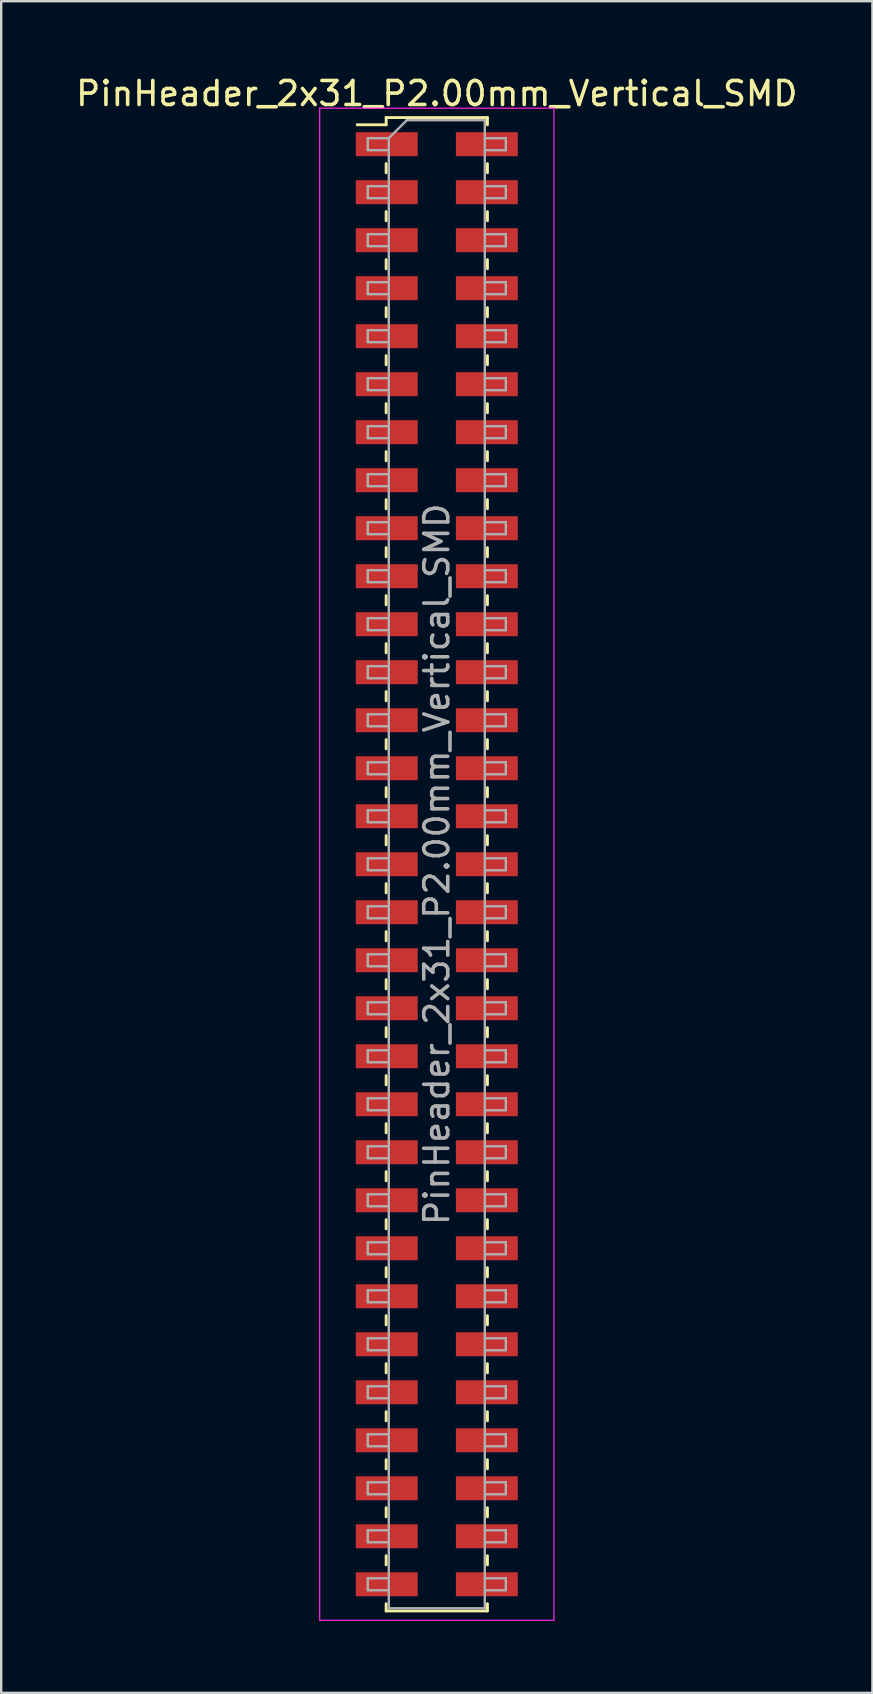
<source format=kicad_pcb>
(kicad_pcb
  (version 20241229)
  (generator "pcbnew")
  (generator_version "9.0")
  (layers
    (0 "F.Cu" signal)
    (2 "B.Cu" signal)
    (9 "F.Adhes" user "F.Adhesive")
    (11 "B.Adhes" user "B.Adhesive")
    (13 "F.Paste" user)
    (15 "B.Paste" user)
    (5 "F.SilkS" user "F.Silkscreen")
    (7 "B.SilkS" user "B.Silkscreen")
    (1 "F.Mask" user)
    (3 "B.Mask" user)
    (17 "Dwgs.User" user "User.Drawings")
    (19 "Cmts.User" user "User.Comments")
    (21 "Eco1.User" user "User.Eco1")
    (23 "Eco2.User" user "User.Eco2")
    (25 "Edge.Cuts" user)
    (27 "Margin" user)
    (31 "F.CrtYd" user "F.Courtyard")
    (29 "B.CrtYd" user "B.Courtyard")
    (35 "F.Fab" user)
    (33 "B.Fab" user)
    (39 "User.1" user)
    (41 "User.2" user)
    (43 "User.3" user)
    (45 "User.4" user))
  (footprint "PinHeader_2x31_P2.00mm_Vertical_SMD"
    (layer "F.Cu")
    (at 15.149 32.958)
    (property "Reference" "PinHeader_2x31_P2.00mm_Vertical_SMD" (at 0 -32.11 0) (layer "F.SilkS") (effects (font (size 1 1) (thickness 0.15))))
    (attr smd)
    (fp_line (start -3.315 -30.81) (end -2.11 -30.81) (stroke (width 0.12) (type solid)) (layer "F.SilkS"))
    (fp_line (start -2.11 -31.11) (end -2.11 -30.81) (stroke (width 0.12) (type solid)) (layer "F.SilkS"))
    (fp_line (start -2.11 -31.11) (end 2.11 -31.11) (stroke (width 0.12) (type solid)) (layer "F.SilkS"))
    (fp_line (start -2.11 -29.19) (end -2.11 -28.81) (stroke (width 0.12) (type solid)) (layer "F.SilkS"))
    (fp_line (start -2.11 -27.19) (end -2.11 -26.81) (stroke (width 0.12) (type solid)) (layer "F.SilkS"))
    (fp_line (start -2.11 -25.19) (end -2.11 -24.81) (stroke (width 0.12) (type solid)) (layer "F.SilkS"))
    (fp_line (start -2.11 -23.19) (end -2.11 -22.81) (stroke (width 0.12) (type solid)) (layer "F.SilkS"))
    (fp_line (start -2.11 -21.19) (end -2.11 -20.81) (stroke (width 0.12) (type solid)) (layer "F.SilkS"))
    (fp_line (start -2.11 -19.19) (end -2.11 -18.81) (stroke (width 0.12) (type solid)) (layer "F.SilkS"))
    (fp_line (start -2.11 -17.19) (end -2.11 -16.81) (stroke (width 0.12) (type solid)) (layer "F.SilkS"))
    (fp_line (start -2.11 -15.19) (end -2.11 -14.81) (stroke (width 0.12) (type solid)) (layer "F.SilkS"))
    (fp_line (start -2.11 -13.19) (end -2.11 -12.81) (stroke (width 0.12) (type solid)) (layer "F.SilkS"))
    (fp_line (start -2.11 -11.19) (end -2.11 -10.81) (stroke (width 0.12) (type solid)) (layer "F.SilkS"))
    (fp_line (start -2.11 -9.19) (end -2.11 -8.81) (stroke (width 0.12) (type solid)) (layer "F.SilkS"))
    (fp_line (start -2.11 -7.19) (end -2.11 -6.81) (stroke (width 0.12) (type solid)) (layer "F.SilkS"))
    (fp_line (start -2.11 -5.19) (end -2.11 -4.81) (stroke (width 0.12) (type solid)) (layer "F.SilkS"))
    (fp_line (start -2.11 -3.19) (end -2.11 -2.81) (stroke (width 0.12) (type solid)) (layer "F.SilkS"))
    (fp_line (start -2.11 -1.19) (end -2.11 -0.81) (stroke (width 0.12) (type solid)) (layer "F.SilkS"))
    (fp_line (start -2.11 0.81) (end -2.11 1.19) (stroke (width 0.12) (type solid)) (layer "F.SilkS"))
    (fp_line (start -2.11 2.81) (end -2.11 3.19) (stroke (width 0.12) (type solid)) (layer "F.SilkS"))
    (fp_line (start -2.11 4.81) (end -2.11 5.19) (stroke (width 0.12) (type solid)) (layer "F.SilkS"))
    (fp_line (start -2.11 6.81) (end -2.11 7.19) (stroke (width 0.12) (type solid)) (layer "F.SilkS"))
    (fp_line (start -2.11 8.81) (end -2.11 9.19) (stroke (width 0.12) (type solid)) (layer "F.SilkS"))
    (fp_line (start -2.11 10.81) (end -2.11 11.19) (stroke (width 0.12) (type solid)) (layer "F.SilkS"))
    (fp_line (start -2.11 12.81) (end -2.11 13.19) (stroke (width 0.12) (type solid)) (layer "F.SilkS"))
    (fp_line (start -2.11 14.81) (end -2.11 15.19) (stroke (width 0.12) (type solid)) (layer "F.SilkS"))
    (fp_line (start -2.11 16.81) (end -2.11 17.19) (stroke (width 0.12) (type solid)) (layer "F.SilkS"))
    (fp_line (start -2.11 18.81) (end -2.11 19.19) (stroke (width 0.12) (type solid)) (layer "F.SilkS"))
    (fp_line (start -2.11 20.81) (end -2.11 21.19) (stroke (width 0.12) (type solid)) (layer "F.SilkS"))
    (fp_line (start -2.11 22.81) (end -2.11 23.19) (stroke (width 0.12) (type solid)) (layer "F.SilkS"))
    (fp_line (start -2.11 24.81) (end -2.11 25.19) (stroke (width 0.12) (type solid)) (layer "F.SilkS"))
    (fp_line (start -2.11 26.81) (end -2.11 27.19) (stroke (width 0.12) (type solid)) (layer "F.SilkS"))
    (fp_line (start -2.11 28.81) (end -2.11 29.19) (stroke (width 0.12) (type solid)) (layer "F.SilkS"))
    (fp_line (start -2.11 30.81) (end -2.11 31.11) (stroke (width 0.12) (type solid)) (layer "F.SilkS"))
    (fp_line (start -2.11 31.11) (end 2.11 31.11) (stroke (width 0.12) (type solid)) (layer "F.SilkS"))
    (fp_line (start 2.11 -31.11) (end 2.11 -30.81) (stroke (width 0.12) (type solid)) (layer "F.SilkS"))
    (fp_line (start 2.11 -29.19) (end 2.11 -28.81) (stroke (width 0.12) (type solid)) (layer "F.SilkS"))
    (fp_line (start 2.11 -27.19) (end 2.11 -26.81) (stroke (width 0.12) (type solid)) (layer "F.SilkS"))
    (fp_line (start 2.11 -25.19) (end 2.11 -24.81) (stroke (width 0.12) (type solid)) (layer "F.SilkS"))
    (fp_line (start 2.11 -23.19) (end 2.11 -22.81) (stroke (width 0.12) (type solid)) (layer "F.SilkS"))
    (fp_line (start 2.11 -21.19) (end 2.11 -20.81) (stroke (width 0.12) (type solid)) (layer "F.SilkS"))
    (fp_line (start 2.11 -19.19) (end 2.11 -18.81) (stroke (width 0.12) (type solid)) (layer "F.SilkS"))
    (fp_line (start 2.11 -17.19) (end 2.11 -16.81) (stroke (width 0.12) (type solid)) (layer "F.SilkS"))
    (fp_line (start 2.11 -15.19) (end 2.11 -14.81) (stroke (width 0.12) (type solid)) (layer "F.SilkS"))
    (fp_line (start 2.11 -13.19) (end 2.11 -12.81) (stroke (width 0.12) (type solid)) (layer "F.SilkS"))
    (fp_line (start 2.11 -11.19) (end 2.11 -10.81) (stroke (width 0.12) (type solid)) (layer "F.SilkS"))
    (fp_line (start 2.11 -9.19) (end 2.11 -8.81) (stroke (width 0.12) (type solid)) (layer "F.SilkS"))
    (fp_line (start 2.11 -7.19) (end 2.11 -6.81) (stroke (width 0.12) (type solid)) (layer "F.SilkS"))
    (fp_line (start 2.11 -5.19) (end 2.11 -4.81) (stroke (width 0.12) (type solid)) (layer "F.SilkS"))
    (fp_line (start 2.11 -3.19) (end 2.11 -2.81) (stroke (width 0.12) (type solid)) (layer "F.SilkS"))
    (fp_line (start 2.11 -1.19) (end 2.11 -0.81) (stroke (width 0.12) (type solid)) (layer "F.SilkS"))
    (fp_line (start 2.11 0.81) (end 2.11 1.19) (stroke (width 0.12) (type solid)) (layer "F.SilkS"))
    (fp_line (start 2.11 2.81) (end 2.11 3.19) (stroke (width 0.12) (type solid)) (layer "F.SilkS"))
    (fp_line (start 2.11 4.81) (end 2.11 5.19) (stroke (width 0.12) (type solid)) (layer "F.SilkS"))
    (fp_line (start 2.11 6.81) (end 2.11 7.19) (stroke (width 0.12) (type solid)) (layer "F.SilkS"))
    (fp_line (start 2.11 8.81) (end 2.11 9.19) (stroke (width 0.12) (type solid)) (layer "F.SilkS"))
    (fp_line (start 2.11 10.81) (end 2.11 11.19) (stroke (width 0.12) (type solid)) (layer "F.SilkS"))
    (fp_line (start 2.11 12.81) (end 2.11 13.19) (stroke (width 0.12) (type solid)) (layer "F.SilkS"))
    (fp_line (start 2.11 14.81) (end 2.11 15.19) (stroke (width 0.12) (type solid)) (layer "F.SilkS"))
    (fp_line (start 2.11 16.81) (end 2.11 17.19) (stroke (width 0.12) (type solid)) (layer "F.SilkS"))
    (fp_line (start 2.11 18.81) (end 2.11 19.19) (stroke (width 0.12) (type solid)) (layer "F.SilkS"))
    (fp_line (start 2.11 20.81) (end 2.11 21.19) (stroke (width 0.12) (type solid)) (layer "F.SilkS"))
    (fp_line (start 2.11 22.81) (end 2.11 23.19) (stroke (width 0.12) (type solid)) (layer "F.SilkS"))
    (fp_line (start 2.11 24.81) (end 2.11 25.19) (stroke (width 0.12) (type solid)) (layer "F.SilkS"))
    (fp_line (start 2.11 26.81) (end 2.11 27.19) (stroke (width 0.12) (type solid)) (layer "F.SilkS"))
    (fp_line (start 2.11 28.81) (end 2.11 29.19) (stroke (width 0.12) (type solid)) (layer "F.SilkS"))
    (fp_line (start 2.11 30.81) (end 2.11 31.11) (stroke (width 0.12) (type solid)) (layer "F.SilkS"))
    (fp_line (start -4.88 -31.5) (end -4.88 31.5) (stroke (width 0.05) (type solid)) (layer "F.CrtYd"))
    (fp_line (start -4.88 31.5) (end 4.88 31.5) (stroke (width 0.05) (type solid)) (layer "F.CrtYd"))
    (fp_line (start 4.88 -31.5) (end -4.88 -31.5) (stroke (width 0.05) (type solid)) (layer "F.CrtYd"))
    (fp_line (start 4.88 31.5) (end 4.88 -31.5) (stroke (width 0.05) (type solid)) (layer "F.CrtYd"))
    (fp_line (start -2.875 -30.25) (end -2.875 -29.75) (stroke (width 0.1) (type solid)) (layer "F.Fab"))
    (fp_line (start -2.875 -29.75) (end -2 -29.75) (stroke (width 0.1) (type solid)) (layer "F.Fab"))
    (fp_line (start -2.875 -28.25) (end -2.875 -27.75) (stroke (width 0.1) (type solid)) (layer "F.Fab"))
    (fp_line (start -2.875 -27.75) (end -2 -27.75) (stroke (width 0.1) (type solid)) (layer "F.Fab"))
    (fp_line (start -2.875 -26.25) (end -2.875 -25.75) (stroke (width 0.1) (type solid)) (layer "F.Fab"))
    (fp_line (start -2.875 -25.75) (end -2 -25.75) (stroke (width 0.1) (type solid)) (layer "F.Fab"))
    (fp_line (start -2.875 -24.25) (end -2.875 -23.75) (stroke (width 0.1) (type solid)) (layer "F.Fab"))
    (fp_line (start -2.875 -23.75) (end -2 -23.75) (stroke (width 0.1) (type solid)) (layer "F.Fab"))
    (fp_line (start -2.875 -22.25) (end -2.875 -21.75) (stroke (width 0.1) (type solid)) (layer "F.Fab"))
    (fp_line (start -2.875 -21.75) (end -2 -21.75) (stroke (width 0.1) (type solid)) (layer "F.Fab"))
    (fp_line (start -2.875 -20.25) (end -2.875 -19.75) (stroke (width 0.1) (type solid)) (layer "F.Fab"))
    (fp_line (start -2.875 -19.75) (end -2 -19.75) (stroke (width 0.1) (type solid)) (layer "F.Fab"))
    (fp_line (start -2.875 -18.25) (end -2.875 -17.75) (stroke (width 0.1) (type solid)) (layer "F.Fab"))
    (fp_line (start -2.875 -17.75) (end -2 -17.75) (stroke (width 0.1) (type solid)) (layer "F.Fab"))
    (fp_line (start -2.875 -16.25) (end -2.875 -15.75) (stroke (width 0.1) (type solid)) (layer "F.Fab"))
    (fp_line (start -2.875 -15.75) (end -2 -15.75) (stroke (width 0.1) (type solid)) (layer "F.Fab"))
    (fp_line (start -2.875 -14.25) (end -2.875 -13.75) (stroke (width 0.1) (type solid)) (layer "F.Fab"))
    (fp_line (start -2.875 -13.75) (end -2 -13.75) (stroke (width 0.1) (type solid)) (layer "F.Fab"))
    (fp_line (start -2.875 -12.25) (end -2.875 -11.75) (stroke (width 0.1) (type solid)) (layer "F.Fab"))
    (fp_line (start -2.875 -11.75) (end -2 -11.75) (stroke (width 0.1) (type solid)) (layer "F.Fab"))
    (fp_line (start -2.875 -10.25) (end -2.875 -9.75) (stroke (width 0.1) (type solid)) (layer "F.Fab"))
    (fp_line (start -2.875 -9.75) (end -2 -9.75) (stroke (width 0.1) (type solid)) (layer "F.Fab"))
    (fp_line (start -2.875 -8.25) (end -2.875 -7.75) (stroke (width 0.1) (type solid)) (layer "F.Fab"))
    (fp_line (start -2.875 -7.75) (end -2 -7.75) (stroke (width 0.1) (type solid)) (layer "F.Fab"))
    (fp_line (start -2.875 -6.25) (end -2.875 -5.75) (stroke (width 0.1) (type solid)) (layer "F.Fab"))
    (fp_line (start -2.875 -5.75) (end -2 -5.75) (stroke (width 0.1) (type solid)) (layer "F.Fab"))
    (fp_line (start -2.875 -4.25) (end -2.875 -3.75) (stroke (width 0.1) (type solid)) (layer "F.Fab"))
    (fp_line (start -2.875 -3.75) (end -2 -3.75) (stroke (width 0.1) (type solid)) (layer "F.Fab"))
    (fp_line (start -2.875 -2.25) (end -2.875 -1.75) (stroke (width 0.1) (type solid)) (layer "F.Fab"))
    (fp_line (start -2.875 -1.75) (end -2 -1.75) (stroke (width 0.1) (type solid)) (layer "F.Fab"))
    (fp_line (start -2.875 -0.25) (end -2.875 0.25) (stroke (width 0.1) (type solid)) (layer "F.Fab"))
    (fp_line (start -2.875 0.25) (end -2 0.25) (stroke (width 0.1) (type solid)) (layer "F.Fab"))
    (fp_line (start -2.875 1.75) (end -2.875 2.25) (stroke (width 0.1) (type solid)) (layer "F.Fab"))
    (fp_line (start -2.875 2.25) (end -2 2.25) (stroke (width 0.1) (type solid)) (layer "F.Fab"))
    (fp_line (start -2.875 3.75) (end -2.875 4.25) (stroke (width 0.1) (type solid)) (layer "F.Fab"))
    (fp_line (start -2.875 4.25) (end -2 4.25) (stroke (width 0.1) (type solid)) (layer "F.Fab"))
    (fp_line (start -2.875 5.75) (end -2.875 6.25) (stroke (width 0.1) (type solid)) (layer "F.Fab"))
    (fp_line (start -2.875 6.25) (end -2 6.25) (stroke (width 0.1) (type solid)) (layer "F.Fab"))
    (fp_line (start -2.875 7.75) (end -2.875 8.25) (stroke (width 0.1) (type solid)) (layer "F.Fab"))
    (fp_line (start -2.875 8.25) (end -2 8.25) (stroke (width 0.1) (type solid)) (layer "F.Fab"))
    (fp_line (start -2.875 9.75) (end -2.875 10.25) (stroke (width 0.1) (type solid)) (layer "F.Fab"))
    (fp_line (start -2.875 10.25) (end -2 10.25) (stroke (width 0.1) (type solid)) (layer "F.Fab"))
    (fp_line (start -2.875 11.75) (end -2.875 12.25) (stroke (width 0.1) (type solid)) (layer "F.Fab"))
    (fp_line (start -2.875 12.25) (end -2 12.25) (stroke (width 0.1) (type solid)) (layer "F.Fab"))
    (fp_line (start -2.875 13.75) (end -2.875 14.25) (stroke (width 0.1) (type solid)) (layer "F.Fab"))
    (fp_line (start -2.875 14.25) (end -2 14.25) (stroke (width 0.1) (type solid)) (layer "F.Fab"))
    (fp_line (start -2.875 15.75) (end -2.875 16.25) (stroke (width 0.1) (type solid)) (layer "F.Fab"))
    (fp_line (start -2.875 16.25) (end -2 16.25) (stroke (width 0.1) (type solid)) (layer "F.Fab"))
    (fp_line (start -2.875 17.75) (end -2.875 18.25) (stroke (width 0.1) (type solid)) (layer "F.Fab"))
    (fp_line (start -2.875 18.25) (end -2 18.25) (stroke (width 0.1) (type solid)) (layer "F.Fab"))
    (fp_line (start -2.875 19.75) (end -2.875 20.25) (stroke (width 0.1) (type solid)) (layer "F.Fab"))
    (fp_line (start -2.875 20.25) (end -2 20.25) (stroke (width 0.1) (type solid)) (layer "F.Fab"))
    (fp_line (start -2.875 21.75) (end -2.875 22.25) (stroke (width 0.1) (type solid)) (layer "F.Fab"))
    (fp_line (start -2.875 22.25) (end -2 22.25) (stroke (width 0.1) (type solid)) (layer "F.Fab"))
    (fp_line (start -2.875 23.75) (end -2.875 24.25) (stroke (width 0.1) (type solid)) (layer "F.Fab"))
    (fp_line (start -2.875 24.25) (end -2 24.25) (stroke (width 0.1) (type solid)) (layer "F.Fab"))
    (fp_line (start -2.875 25.75) (end -2.875 26.25) (stroke (width 0.1) (type solid)) (layer "F.Fab"))
    (fp_line (start -2.875 26.25) (end -2 26.25) (stroke (width 0.1) (type solid)) (layer "F.Fab"))
    (fp_line (start -2.875 27.75) (end -2.875 28.25) (stroke (width 0.1) (type solid)) (layer "F.Fab"))
    (fp_line (start -2.875 28.25) (end -2 28.25) (stroke (width 0.1) (type solid)) (layer "F.Fab"))
    (fp_line (start -2.875 29.75) (end -2.875 30.25) (stroke (width 0.1) (type solid)) (layer "F.Fab"))
    (fp_line (start -2.875 30.25) (end -2 30.25) (stroke (width 0.1) (type solid)) (layer "F.Fab"))
    (fp_line (start -2 -30.25) (end -2.875 -30.25) (stroke (width 0.1) (type solid)) (layer "F.Fab"))
    (fp_line (start -2 -30.25) (end -1.25 -31) (stroke (width 0.1) (type solid)) (layer "F.Fab"))
    (fp_line (start -2 -28.25) (end -2.875 -28.25) (stroke (width 0.1) (type solid)) (layer "F.Fab"))
    (fp_line (start -2 -26.25) (end -2.875 -26.25) (stroke (width 0.1) (type solid)) (layer "F.Fab"))
    (fp_line (start -2 -24.25) (end -2.875 -24.25) (stroke (width 0.1) (type solid)) (layer "F.Fab"))
    (fp_line (start -2 -22.25) (end -2.875 -22.25) (stroke (width 0.1) (type solid)) (layer "F.Fab"))
    (fp_line (start -2 -20.25) (end -2.875 -20.25) (stroke (width 0.1) (type solid)) (layer "F.Fab"))
    (fp_line (start -2 -18.25) (end -2.875 -18.25) (stroke (width 0.1) (type solid)) (layer "F.Fab"))
    (fp_line (start -2 -16.25) (end -2.875 -16.25) (stroke (width 0.1) (type solid)) (layer "F.Fab"))
    (fp_line (start -2 -14.25) (end -2.875 -14.25) (stroke (width 0.1) (type solid)) (layer "F.Fab"))
    (fp_line (start -2 -12.25) (end -2.875 -12.25) (stroke (width 0.1) (type solid)) (layer "F.Fab"))
    (fp_line (start -2 -10.25) (end -2.875 -10.25) (stroke (width 0.1) (type solid)) (layer "F.Fab"))
    (fp_line (start -2 -8.25) (end -2.875 -8.25) (stroke (width 0.1) (type solid)) (layer "F.Fab"))
    (fp_line (start -2 -6.25) (end -2.875 -6.25) (stroke (width 0.1) (type solid)) (layer "F.Fab"))
    (fp_line (start -2 -4.25) (end -2.875 -4.25) (stroke (width 0.1) (type solid)) (layer "F.Fab"))
    (fp_line (start -2 -2.25) (end -2.875 -2.25) (stroke (width 0.1) (type solid)) (layer "F.Fab"))
    (fp_line (start -2 -0.25) (end -2.875 -0.25) (stroke (width 0.1) (type solid)) (layer "F.Fab"))
    (fp_line (start -2 1.75) (end -2.875 1.75) (stroke (width 0.1) (type solid)) (layer "F.Fab"))
    (fp_line (start -2 3.75) (end -2.875 3.75) (stroke (width 0.1) (type solid)) (layer "F.Fab"))
    (fp_line (start -2 5.75) (end -2.875 5.75) (stroke (width 0.1) (type solid)) (layer "F.Fab"))
    (fp_line (start -2 7.75) (end -2.875 7.75) (stroke (width 0.1) (type solid)) (layer "F.Fab"))
    (fp_line (start -2 9.75) (end -2.875 9.75) (stroke (width 0.1) (type solid)) (layer "F.Fab"))
    (fp_line (start -2 11.75) (end -2.875 11.75) (stroke (width 0.1) (type solid)) (layer "F.Fab"))
    (fp_line (start -2 13.75) (end -2.875 13.75) (stroke (width 0.1) (type solid)) (layer "F.Fab"))
    (fp_line (start -2 15.75) (end -2.875 15.75) (stroke (width 0.1) (type solid)) (layer "F.Fab"))
    (fp_line (start -2 17.75) (end -2.875 17.75) (stroke (width 0.1) (type solid)) (layer "F.Fab"))
    (fp_line (start -2 19.75) (end -2.875 19.75) (stroke (width 0.1) (type solid)) (layer "F.Fab"))
    (fp_line (start -2 21.75) (end -2.875 21.75) (stroke (width 0.1) (type solid)) (layer "F.Fab"))
    (fp_line (start -2 23.75) (end -2.875 23.75) (stroke (width 0.1) (type solid)) (layer "F.Fab"))
    (fp_line (start -2 25.75) (end -2.875 25.75) (stroke (width 0.1) (type solid)) (layer "F.Fab"))
    (fp_line (start -2 27.75) (end -2.875 27.75) (stroke (width 0.1) (type solid)) (layer "F.Fab"))
    (fp_line (start -2 29.75) (end -2.875 29.75) (stroke (width 0.1) (type solid)) (layer "F.Fab"))
    (fp_line (start -2 31) (end -2 -30.25) (stroke (width 0.1) (type solid)) (layer "F.Fab"))
    (fp_line (start -1.25 -31) (end 2 -31) (stroke (width 0.1) (type solid)) (layer "F.Fab"))
    (fp_line (start 2 -31) (end 2 31) (stroke (width 0.1) (type solid)) (layer "F.Fab"))
    (fp_line (start 2 -30.25) (end 2.875 -30.25) (stroke (width 0.1) (type solid)) (layer "F.Fab"))
    (fp_line (start 2 -28.25) (end 2.875 -28.25) (stroke (width 0.1) (type solid)) (layer "F.Fab"))
    (fp_line (start 2 -26.25) (end 2.875 -26.25) (stroke (width 0.1) (type solid)) (layer "F.Fab"))
    (fp_line (start 2 -24.25) (end 2.875 -24.25) (stroke (width 0.1) (type solid)) (layer "F.Fab"))
    (fp_line (start 2 -22.25) (end 2.875 -22.25) (stroke (width 0.1) (type solid)) (layer "F.Fab"))
    (fp_line (start 2 -20.25) (end 2.875 -20.25) (stroke (width 0.1) (type solid)) (layer "F.Fab"))
    (fp_line (start 2 -18.25) (end 2.875 -18.25) (stroke (width 0.1) (type solid)) (layer "F.Fab"))
    (fp_line (start 2 -16.25) (end 2.875 -16.25) (stroke (width 0.1) (type solid)) (layer "F.Fab"))
    (fp_line (start 2 -14.25) (end 2.875 -14.25) (stroke (width 0.1) (type solid)) (layer "F.Fab"))
    (fp_line (start 2 -12.25) (end 2.875 -12.25) (stroke (width 0.1) (type solid)) (layer "F.Fab"))
    (fp_line (start 2 -10.25) (end 2.875 -10.25) (stroke (width 0.1) (type solid)) (layer "F.Fab"))
    (fp_line (start 2 -8.25) (end 2.875 -8.25) (stroke (width 0.1) (type solid)) (layer "F.Fab"))
    (fp_line (start 2 -6.25) (end 2.875 -6.25) (stroke (width 0.1) (type solid)) (layer "F.Fab"))
    (fp_line (start 2 -4.25) (end 2.875 -4.25) (stroke (width 0.1) (type solid)) (layer "F.Fab"))
    (fp_line (start 2 -2.25) (end 2.875 -2.25) (stroke (width 0.1) (type solid)) (layer "F.Fab"))
    (fp_line (start 2 -0.25) (end 2.875 -0.25) (stroke (width 0.1) (type solid)) (layer "F.Fab"))
    (fp_line (start 2 1.75) (end 2.875 1.75) (stroke (width 0.1) (type solid)) (layer "F.Fab"))
    (fp_line (start 2 3.75) (end 2.875 3.75) (stroke (width 0.1) (type solid)) (layer "F.Fab"))
    (fp_line (start 2 5.75) (end 2.875 5.75) (stroke (width 0.1) (type solid)) (layer "F.Fab"))
    (fp_line (start 2 7.75) (end 2.875 7.75) (stroke (width 0.1) (type solid)) (layer "F.Fab"))
    (fp_line (start 2 9.75) (end 2.875 9.75) (stroke (width 0.1) (type solid)) (layer "F.Fab"))
    (fp_line (start 2 11.75) (end 2.875 11.75) (stroke (width 0.1) (type solid)) (layer "F.Fab"))
    (fp_line (start 2 13.75) (end 2.875 13.75) (stroke (width 0.1) (type solid)) (layer "F.Fab"))
    (fp_line (start 2 15.75) (end 2.875 15.75) (stroke (width 0.1) (type solid)) (layer "F.Fab"))
    (fp_line (start 2 17.75) (end 2.875 17.75) (stroke (width 0.1) (type solid)) (layer "F.Fab"))
    (fp_line (start 2 19.75) (end 2.875 19.75) (stroke (width 0.1) (type solid)) (layer "F.Fab"))
    (fp_line (start 2 21.75) (end 2.875 21.75) (stroke (width 0.1) (type solid)) (layer "F.Fab"))
    (fp_line (start 2 23.75) (end 2.875 23.75) (stroke (width 0.1) (type solid)) (layer "F.Fab"))
    (fp_line (start 2 25.75) (end 2.875 25.75) (stroke (width 0.1) (type solid)) (layer "F.Fab"))
    (fp_line (start 2 27.75) (end 2.875 27.75) (stroke (width 0.1) (type solid)) (layer "F.Fab"))
    (fp_line (start 2 29.75) (end 2.875 29.75) (stroke (width 0.1) (type solid)) (layer "F.Fab"))
    (fp_line (start 2 31) (end -2 31) (stroke (width 0.1) (type solid)) (layer "F.Fab"))
    (fp_line (start 2.875 -30.25) (end 2.875 -29.75) (stroke (width 0.1) (type solid)) (layer "F.Fab"))
    (fp_line (start 2.875 -29.75) (end 2 -29.75) (stroke (width 0.1) (type solid)) (layer "F.Fab"))
    (fp_line (start 2.875 -28.25) (end 2.875 -27.75) (stroke (width 0.1) (type solid)) (layer "F.Fab"))
    (fp_line (start 2.875 -27.75) (end 2 -27.75) (stroke (width 0.1) (type solid)) (layer "F.Fab"))
    (fp_line (start 2.875 -26.25) (end 2.875 -25.75) (stroke (width 0.1) (type solid)) (layer "F.Fab"))
    (fp_line (start 2.875 -25.75) (end 2 -25.75) (stroke (width 0.1) (type solid)) (layer "F.Fab"))
    (fp_line (start 2.875 -24.25) (end 2.875 -23.75) (stroke (width 0.1) (type solid)) (layer "F.Fab"))
    (fp_line (start 2.875 -23.75) (end 2 -23.75) (stroke (width 0.1) (type solid)) (layer "F.Fab"))
    (fp_line (start 2.875 -22.25) (end 2.875 -21.75) (stroke (width 0.1) (type solid)) (layer "F.Fab"))
    (fp_line (start 2.875 -21.75) (end 2 -21.75) (stroke (width 0.1) (type solid)) (layer "F.Fab"))
    (fp_line (start 2.875 -20.25) (end 2.875 -19.75) (stroke (width 0.1) (type solid)) (layer "F.Fab"))
    (fp_line (start 2.875 -19.75) (end 2 -19.75) (stroke (width 0.1) (type solid)) (layer "F.Fab"))
    (fp_line (start 2.875 -18.25) (end 2.875 -17.75) (stroke (width 0.1) (type solid)) (layer "F.Fab"))
    (fp_line (start 2.875 -17.75) (end 2 -17.75) (stroke (width 0.1) (type solid)) (layer "F.Fab"))
    (fp_line (start 2.875 -16.25) (end 2.875 -15.75) (stroke (width 0.1) (type solid)) (layer "F.Fab"))
    (fp_line (start 2.875 -15.75) (end 2 -15.75) (stroke (width 0.1) (type solid)) (layer "F.Fab"))
    (fp_line (start 2.875 -14.25) (end 2.875 -13.75) (stroke (width 0.1) (type solid)) (layer "F.Fab"))
    (fp_line (start 2.875 -13.75) (end 2 -13.75) (stroke (width 0.1) (type solid)) (layer "F.Fab"))
    (fp_line (start 2.875 -12.25) (end 2.875 -11.75) (stroke (width 0.1) (type solid)) (layer "F.Fab"))
    (fp_line (start 2.875 -11.75) (end 2 -11.75) (stroke (width 0.1) (type solid)) (layer "F.Fab"))
    (fp_line (start 2.875 -10.25) (end 2.875 -9.75) (stroke (width 0.1) (type solid)) (layer "F.Fab"))
    (fp_line (start 2.875 -9.75) (end 2 -9.75) (stroke (width 0.1) (type solid)) (layer "F.Fab"))
    (fp_line (start 2.875 -8.25) (end 2.875 -7.75) (stroke (width 0.1) (type solid)) (layer "F.Fab"))
    (fp_line (start 2.875 -7.75) (end 2 -7.75) (stroke (width 0.1) (type solid)) (layer "F.Fab"))
    (fp_line (start 2.875 -6.25) (end 2.875 -5.75) (stroke (width 0.1) (type solid)) (layer "F.Fab"))
    (fp_line (start 2.875 -5.75) (end 2 -5.75) (stroke (width 0.1) (type solid)) (layer "F.Fab"))
    (fp_line (start 2.875 -4.25) (end 2.875 -3.75) (stroke (width 0.1) (type solid)) (layer "F.Fab"))
    (fp_line (start 2.875 -3.75) (end 2 -3.75) (stroke (width 0.1) (type solid)) (layer "F.Fab"))
    (fp_line (start 2.875 -2.25) (end 2.875 -1.75) (stroke (width 0.1) (type solid)) (layer "F.Fab"))
    (fp_line (start 2.875 -1.75) (end 2 -1.75) (stroke (width 0.1) (type solid)) (layer "F.Fab"))
    (fp_line (start 2.875 -0.25) (end 2.875 0.25) (stroke (width 0.1) (type solid)) (layer "F.Fab"))
    (fp_line (start 2.875 0.25) (end 2 0.25) (stroke (width 0.1) (type solid)) (layer "F.Fab"))
    (fp_line (start 2.875 1.75) (end 2.875 2.25) (stroke (width 0.1) (type solid)) (layer "F.Fab"))
    (fp_line (start 2.875 2.25) (end 2 2.25) (stroke (width 0.1) (type solid)) (layer "F.Fab"))
    (fp_line (start 2.875 3.75) (end 2.875 4.25) (stroke (width 0.1) (type solid)) (layer "F.Fab"))
    (fp_line (start 2.875 4.25) (end 2 4.25) (stroke (width 0.1) (type solid)) (layer "F.Fab"))
    (fp_line (start 2.875 5.75) (end 2.875 6.25) (stroke (width 0.1) (type solid)) (layer "F.Fab"))
    (fp_line (start 2.875 6.25) (end 2 6.25) (stroke (width 0.1) (type solid)) (layer "F.Fab"))
    (fp_line (start 2.875 7.75) (end 2.875 8.25) (stroke (width 0.1) (type solid)) (layer "F.Fab"))
    (fp_line (start 2.875 8.25) (end 2 8.25) (stroke (width 0.1) (type solid)) (layer "F.Fab"))
    (fp_line (start 2.875 9.75) (end 2.875 10.25) (stroke (width 0.1) (type solid)) (layer "F.Fab"))
    (fp_line (start 2.875 10.25) (end 2 10.25) (stroke (width 0.1) (type solid)) (layer "F.Fab"))
    (fp_line (start 2.875 11.75) (end 2.875 12.25) (stroke (width 0.1) (type solid)) (layer "F.Fab"))
    (fp_line (start 2.875 12.25) (end 2 12.25) (stroke (width 0.1) (type solid)) (layer "F.Fab"))
    (fp_line (start 2.875 13.75) (end 2.875 14.25) (stroke (width 0.1) (type solid)) (layer "F.Fab"))
    (fp_line (start 2.875 14.25) (end 2 14.25) (stroke (width 0.1) (type solid)) (layer "F.Fab"))
    (fp_line (start 2.875 15.75) (end 2.875 16.25) (stroke (width 0.1) (type solid)) (layer "F.Fab"))
    (fp_line (start 2.875 16.25) (end 2 16.25) (stroke (width 0.1) (type solid)) (layer "F.Fab"))
    (fp_line (start 2.875 17.75) (end 2.875 18.25) (stroke (width 0.1) (type solid)) (layer "F.Fab"))
    (fp_line (start 2.875 18.25) (end 2 18.25) (stroke (width 0.1) (type solid)) (layer "F.Fab"))
    (fp_line (start 2.875 19.75) (end 2.875 20.25) (stroke (width 0.1) (type solid)) (layer "F.Fab"))
    (fp_line (start 2.875 20.25) (end 2 20.25) (stroke (width 0.1) (type solid)) (layer "F.Fab"))
    (fp_line (start 2.875 21.75) (end 2.875 22.25) (stroke (width 0.1) (type solid)) (layer "F.Fab"))
    (fp_line (start 2.875 22.25) (end 2 22.25) (stroke (width 0.1) (type solid)) (layer "F.Fab"))
    (fp_line (start 2.875 23.75) (end 2.875 24.25) (stroke (width 0.1) (type solid)) (layer "F.Fab"))
    (fp_line (start 2.875 24.25) (end 2 24.25) (stroke (width 0.1) (type solid)) (layer "F.Fab"))
    (fp_line (start 2.875 25.75) (end 2.875 26.25) (stroke (width 0.1) (type solid)) (layer "F.Fab"))
    (fp_line (start 2.875 26.25) (end 2 26.25) (stroke (width 0.1) (type solid)) (layer "F.Fab"))
    (fp_line (start 2.875 27.75) (end 2.875 28.25) (stroke (width 0.1) (type solid)) (layer "F.Fab"))
    (fp_line (start 2.875 28.25) (end 2 28.25) (stroke (width 0.1) (type solid)) (layer "F.Fab"))
    (fp_line (start 2.875 29.75) (end 2.875 30.25) (stroke (width 0.1) (type solid)) (layer "F.Fab"))
    (fp_line (start 2.875 30.25) (end 2 30.25) (stroke (width 0.1) (type solid)) (layer "F.Fab"))
    (fp_text user "${REFERENCE}" (at 0 0 90) (layer "F.Fab") (effects (font (size 1 1) (thickness 0.15))))
    (pad "1" smd rect (at -2.085 -30) (size 2.58 1) (layers "F.Cu" "F.Mask" "F.Paste"))
    (pad "2" smd rect (at 2.085 -30) (size 2.58 1) (layers "F.Cu" "F.Mask" "F.Paste"))
    (pad "3" smd rect (at -2.085 -28) (size 2.58 1) (layers "F.Cu" "F.Mask" "F.Paste"))
    (pad "4" smd rect (at 2.085 -28) (size 2.58 1) (layers "F.Cu" "F.Mask" "F.Paste"))
    (pad "5" smd rect (at -2.085 -26) (size 2.58 1) (layers "F.Cu" "F.Mask" "F.Paste"))
    (pad "6" smd rect (at 2.085 -26) (size 2.58 1) (layers "F.Cu" "F.Mask" "F.Paste"))
    (pad "7" smd rect (at -2.085 -24) (size 2.58 1) (layers "F.Cu" "F.Mask" "F.Paste"))
    (pad "8" smd rect (at 2.085 -24) (size 2.58 1) (layers "F.Cu" "F.Mask" "F.Paste"))
    (pad "9" smd rect (at -2.085 -22) (size 2.58 1) (layers "F.Cu" "F.Mask" "F.Paste"))
    (pad "10" smd rect (at 2.085 -22) (size 2.58 1) (layers "F.Cu" "F.Mask" "F.Paste"))
    (pad "11" smd rect (at -2.085 -20) (size 2.58 1) (layers "F.Cu" "F.Mask" "F.Paste"))
    (pad "12" smd rect (at 2.085 -20) (size 2.58 1) (layers "F.Cu" "F.Mask" "F.Paste"))
    (pad "13" smd rect (at -2.085 -18) (size 2.58 1) (layers "F.Cu" "F.Mask" "F.Paste"))
    (pad "14" smd rect (at 2.085 -18) (size 2.58 1) (layers "F.Cu" "F.Mask" "F.Paste"))
    (pad "15" smd rect (at -2.085 -16) (size 2.58 1) (layers "F.Cu" "F.Mask" "F.Paste"))
    (pad "16" smd rect (at 2.085 -16) (size 2.58 1) (layers "F.Cu" "F.Mask" "F.Paste"))
    (pad "17" smd rect (at -2.085 -14) (size 2.58 1) (layers "F.Cu" "F.Mask" "F.Paste"))
    (pad "18" smd rect (at 2.085 -14) (size 2.58 1) (layers "F.Cu" "F.Mask" "F.Paste"))
    (pad "19" smd rect (at -2.085 -12) (size 2.58 1) (layers "F.Cu" "F.Mask" "F.Paste"))
    (pad "20" smd rect (at 2.085 -12) (size 2.58 1) (layers "F.Cu" "F.Mask" "F.Paste"))
    (pad "21" smd rect (at -2.085 -10) (size 2.58 1) (layers "F.Cu" "F.Mask" "F.Paste"))
    (pad "22" smd rect (at 2.085 -10) (size 2.58 1) (layers "F.Cu" "F.Mask" "F.Paste"))
    (pad "23" smd rect (at -2.085 -8) (size 2.58 1) (layers "F.Cu" "F.Mask" "F.Paste"))
    (pad "24" smd rect (at 2.085 -8) (size 2.58 1) (layers "F.Cu" "F.Mask" "F.Paste"))
    (pad "25" smd rect (at -2.085 -6) (size 2.58 1) (layers "F.Cu" "F.Mask" "F.Paste"))
    (pad "26" smd rect (at 2.085 -6) (size 2.58 1) (layers "F.Cu" "F.Mask" "F.Paste"))
    (pad "27" smd rect (at -2.085 -4) (size 2.58 1) (layers "F.Cu" "F.Mask" "F.Paste"))
    (pad "28" smd rect (at 2.085 -4) (size 2.58 1) (layers "F.Cu" "F.Mask" "F.Paste"))
    (pad "29" smd rect (at -2.085 -2) (size 2.58 1) (layers "F.Cu" "F.Mask" "F.Paste"))
    (pad "30" smd rect (at 2.085 -2) (size 2.58 1) (layers "F.Cu" "F.Mask" "F.Paste"))
    (pad "31" smd rect (at -2.085 0) (size 2.58 1) (layers "F.Cu" "F.Mask" "F.Paste"))
    (pad "32" smd rect (at 2.085 0) (size 2.58 1) (layers "F.Cu" "F.Mask" "F.Paste"))
    (pad "33" smd rect (at -2.085 2) (size 2.58 1) (layers "F.Cu" "F.Mask" "F.Paste"))
    (pad "34" smd rect (at 2.085 2) (size 2.58 1) (layers "F.Cu" "F.Mask" "F.Paste"))
    (pad "35" smd rect (at -2.085 4) (size 2.58 1) (layers "F.Cu" "F.Mask" "F.Paste"))
    (pad "36" smd rect (at 2.085 4) (size 2.58 1) (layers "F.Cu" "F.Mask" "F.Paste"))
    (pad "37" smd rect (at -2.085 6) (size 2.58 1) (layers "F.Cu" "F.Mask" "F.Paste"))
    (pad "38" smd rect (at 2.085 6) (size 2.58 1) (layers "F.Cu" "F.Mask" "F.Paste"))
    (pad "39" smd rect (at -2.085 8) (size 2.58 1) (layers "F.Cu" "F.Mask" "F.Paste"))
    (pad "40" smd rect (at 2.085 8) (size 2.58 1) (layers "F.Cu" "F.Mask" "F.Paste"))
    (pad "41" smd rect (at -2.085 10) (size 2.58 1) (layers "F.Cu" "F.Mask" "F.Paste"))
    (pad "42" smd rect (at 2.085 10) (size 2.58 1) (layers "F.Cu" "F.Mask" "F.Paste"))
    (pad "43" smd rect (at -2.085 12) (size 2.58 1) (layers "F.Cu" "F.Mask" "F.Paste"))
    (pad "44" smd rect (at 2.085 12) (size 2.58 1) (layers "F.Cu" "F.Mask" "F.Paste"))
    (pad "45" smd rect (at -2.085 14) (size 2.58 1) (layers "F.Cu" "F.Mask" "F.Paste"))
    (pad "46" smd rect (at 2.085 14) (size 2.58 1) (layers "F.Cu" "F.Mask" "F.Paste"))
    (pad "47" smd rect (at -2.085 16) (size 2.58 1) (layers "F.Cu" "F.Mask" "F.Paste"))
    (pad "48" smd rect (at 2.085 16) (size 2.58 1) (layers "F.Cu" "F.Mask" "F.Paste"))
    (pad "49" smd rect (at -2.085 18) (size 2.58 1) (layers "F.Cu" "F.Mask" "F.Paste"))
    (pad "50" smd rect (at 2.085 18) (size 2.58 1) (layers "F.Cu" "F.Mask" "F.Paste"))
    (pad "51" smd rect (at -2.085 20) (size 2.58 1) (layers "F.Cu" "F.Mask" "F.Paste"))
    (pad "52" smd rect (at 2.085 20) (size 2.58 1) (layers "F.Cu" "F.Mask" "F.Paste"))
    (pad "53" smd rect (at -2.085 22) (size 2.58 1) (layers "F.Cu" "F.Mask" "F.Paste"))
    (pad "54" smd rect (at 2.085 22) (size 2.58 1) (layers "F.Cu" "F.Mask" "F.Paste"))
    (pad "55" smd rect (at -2.085 24) (size 2.58 1) (layers "F.Cu" "F.Mask" "F.Paste"))
    (pad "56" smd rect (at 2.085 24) (size 2.58 1) (layers "F.Cu" "F.Mask" "F.Paste"))
    (pad "57" smd rect (at -2.085 26) (size 2.58 1) (layers "F.Cu" "F.Mask" "F.Paste"))
    (pad "58" smd rect (at 2.085 26) (size 2.58 1) (layers "F.Cu" "F.Mask" "F.Paste"))
    (pad "59" smd rect (at -2.085 28) (size 2.58 1) (layers "F.Cu" "F.Mask" "F.Paste"))
    (pad "60" smd rect (at 2.085 28) (size 2.58 1) (layers "F.Cu" "F.Mask" "F.Paste"))
    (pad "61" smd rect (at -2.085 30) (size 2.58 1) (layers "F.Cu" "F.Mask" "F.Paste"))
    (pad "62" smd rect (at 2.085 30) (size 2.58 1) (layers "F.Cu" "F.Mask" "F.Paste")))
  (gr_rect
    (start -3 -3)
    (end 33.298 67.483)
    (stroke (width 0.1) (type default))
    (fill no)
    (layer "Edge.Cuts")))
</source>
